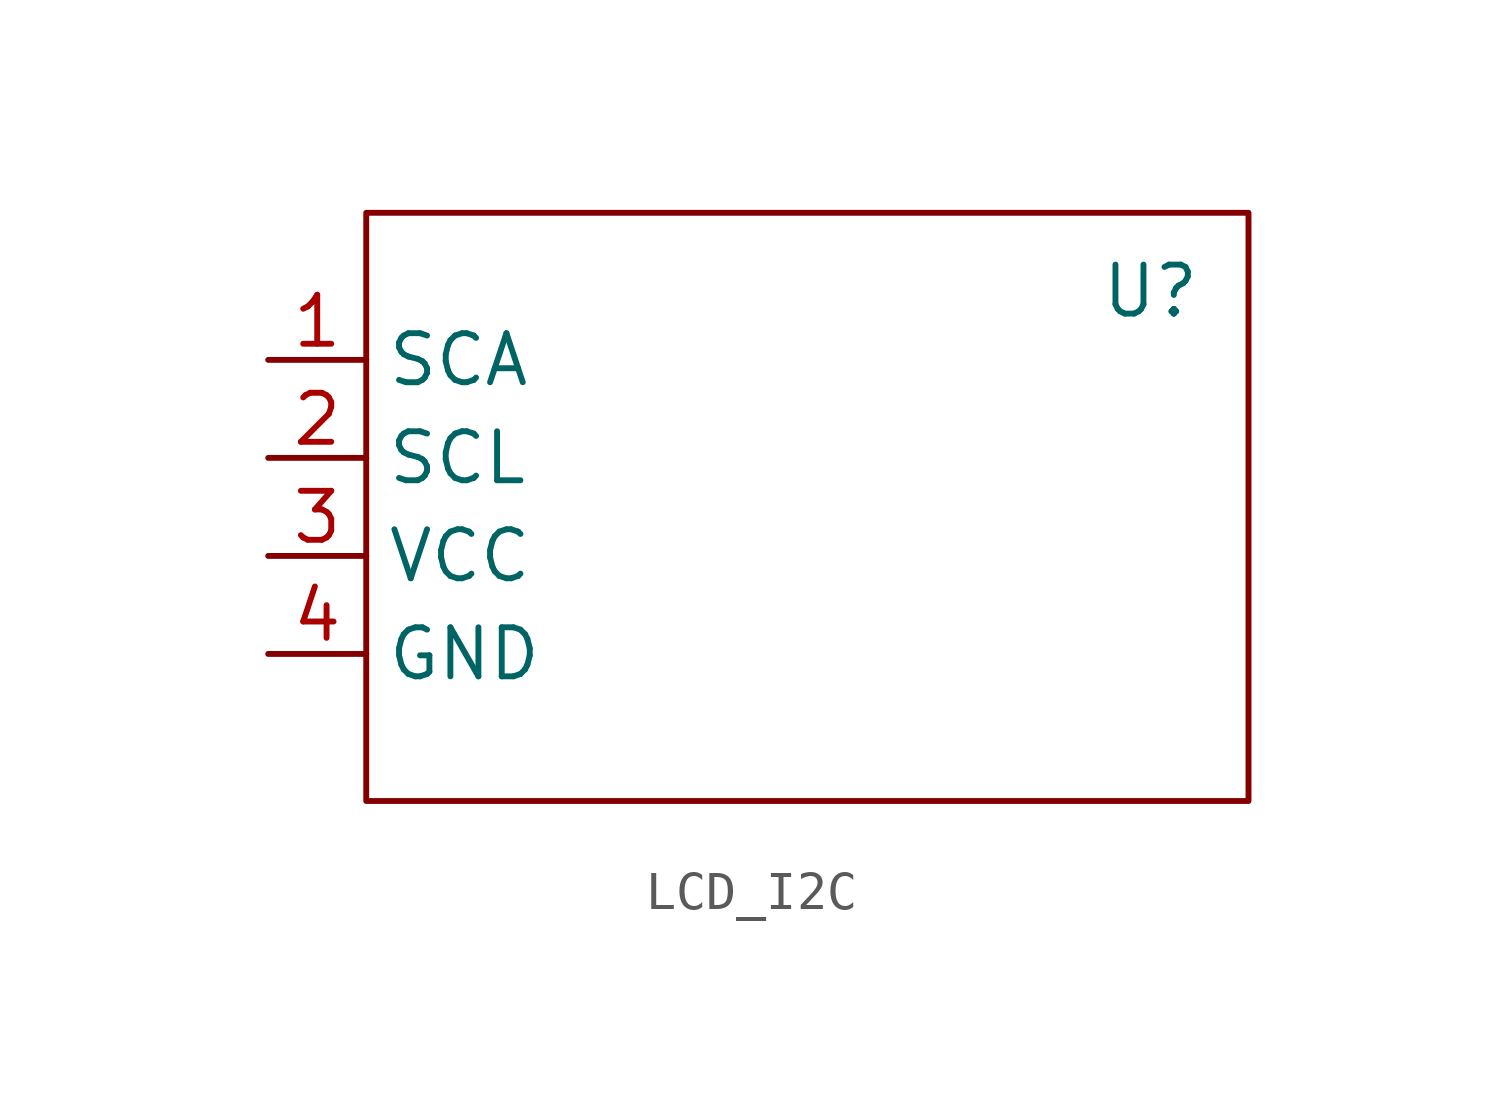
<source format=kicad_sym>
(kicad_symbol_lib
  (version 20231120)
  (generator "kicad_symbol_editor")
  (generator_version "8.0")
  (symbol "LCD_I2C"
    (property "Reference" "U"
      (at 10.16 5.588 0)
      (effects (font (size 1.27 1.27))))
    (property "Value" ""
      (at -11.43 0 0)
      (effects (font (size 1.27 1.27))))
    (symbol "LCD_I2C_0_1"
      (rectangle (start -10.16 7.62) (end 12.7 -7.62) (stroke (width 0) (type default)) (fill (type none))))
    (symbol "LCD_I2C_1_1"
      (pin input line (at -12.7 3.81 0) (length 2.54) (name "SCA" (effects (font (size 1.27 1.27)))) (number "1" (effects (font (size 1.27 1.27)))))
      (pin input line (at -12.7 1.27 0) (length 2.54) (name "SCL" (effects (font (size 1.27 1.27)))) (number "2" (effects (font (size 1.27 1.27)))))
      (pin power_in line (at -12.7 -1.27 0) (length 2.54) (name "VCC" (effects (font (size 1.27 1.27)))) (number "3" (effects (font (size 1.27 1.27)))))
      (pin power_in line (at -12.7 -3.81 0) (length 2.54) (name "GND" (effects (font (size 1.27 1.27)))) (number "4" (effects (font (size 1.27 1.27))))))))
</source>
